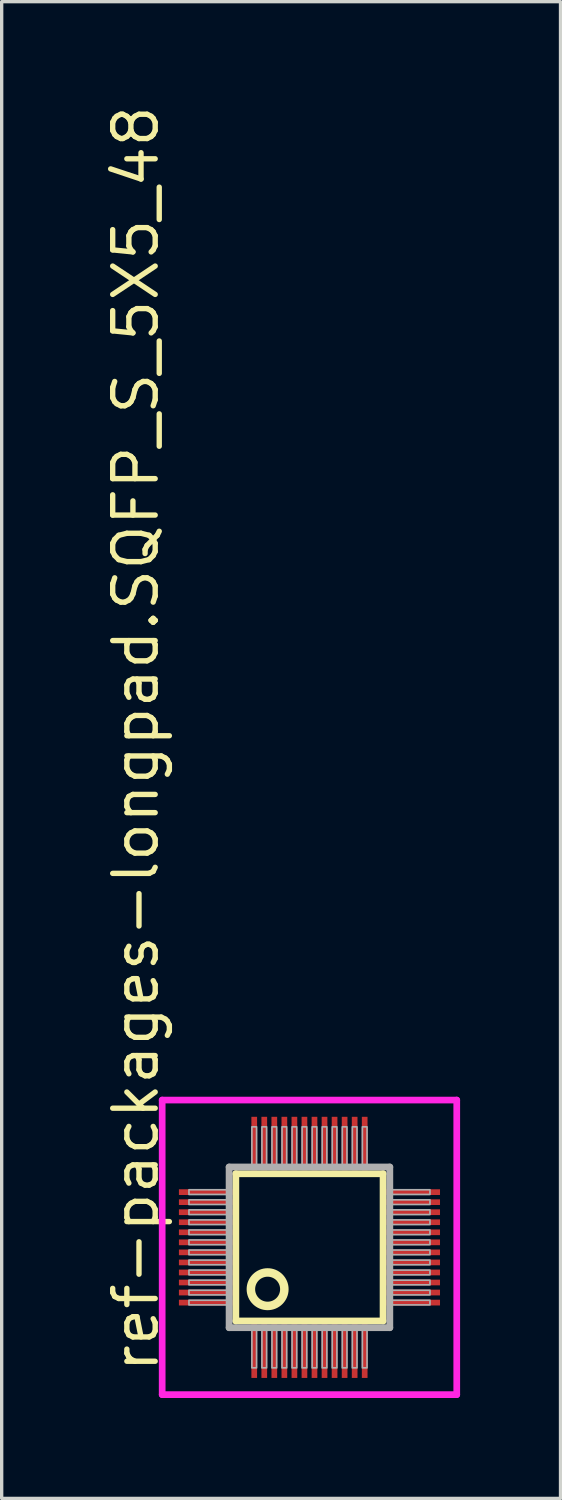
<source format=kicad_pcb>
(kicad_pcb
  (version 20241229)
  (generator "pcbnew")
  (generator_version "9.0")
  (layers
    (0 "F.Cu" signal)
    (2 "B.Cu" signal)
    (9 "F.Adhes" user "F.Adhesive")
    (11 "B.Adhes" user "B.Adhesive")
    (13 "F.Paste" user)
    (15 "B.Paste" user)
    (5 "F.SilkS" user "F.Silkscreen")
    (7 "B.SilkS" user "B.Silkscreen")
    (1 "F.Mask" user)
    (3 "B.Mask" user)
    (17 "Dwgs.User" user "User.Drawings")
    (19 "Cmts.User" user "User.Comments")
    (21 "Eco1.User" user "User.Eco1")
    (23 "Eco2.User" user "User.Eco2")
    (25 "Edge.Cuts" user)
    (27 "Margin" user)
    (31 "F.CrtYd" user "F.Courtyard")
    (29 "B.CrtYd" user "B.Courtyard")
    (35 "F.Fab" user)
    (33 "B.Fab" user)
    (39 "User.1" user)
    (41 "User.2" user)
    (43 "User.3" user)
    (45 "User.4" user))
  (footprint "ref-packages-longpad.SQFP_S_5X5_48"
    (layer "F.Cu")
    (at 6.195 34.214)
    (property "Reference" "ref-packages-longpad.SQFP_S_5X5_48" (at -4.445 3.81 90) (layer "F.SilkS") (effects (font (size 1.27 1.27) (thickness 0.16)) (justify left bottom)))
    (attr smd)
    (fp_line (start -2.2 -2.2) (end 2.2 -2.2) (stroke (width 0.203) (type default)) (layer "F.SilkS"))
    (fp_line (start -2.2 2.2) (end -2.2 -2.2) (stroke (width 0.203) (type default)) (layer "F.SilkS"))
    (fp_line (start 2.2 -2.2) (end 2.2 2.2) (stroke (width 0.203) (type default)) (layer "F.SilkS"))
    (fp_line (start 2.2 2.2) (end -2.2 2.2) (stroke (width 0.203) (type default)) (layer "F.SilkS"))
    (fp_circle (center -1.25 1.25) (end -0.75 1.25) (stroke (width 0.254) (type default)) (fill no) (layer "F.SilkS"))
    (fp_line (start -4.4 -4.4) (end 4.4 -4.4) (stroke (width 0.2) (type default)) (layer "F.CrtYd"))
    (fp_line (start -4.4 4.4) (end -4.4 -4.4) (stroke (width 0.2) (type default)) (layer "F.CrtYd"))
    (fp_line (start 4.4 -4.4) (end 4.4 4.4) (stroke (width 0.2) (type default)) (layer "F.CrtYd"))
    (fp_line (start 4.4 4.4) (end -4.4 4.4) (stroke (width 0.2) (type default)) (layer "F.CrtYd"))
    (fp_line (start -2.4 -2.4) (end -2.4 2.4) (stroke (width 0.203) (type default)) (layer "F.Fab"))
    (fp_line (start -2.4 2.4) (end 2.4 2.4) (stroke (width 0.203) (type default)) (layer "F.Fab"))
    (fp_line (start 2.4 -2.4) (end -2.4 -2.4) (stroke (width 0.203) (type default)) (layer "F.Fab"))
    (fp_line (start 2.4 2.4) (end 2.4 -2.4) (stroke (width 0.203) (type default)) (layer "F.Fab"))
    (fp_rect (start -3.6 -1.58) (end -2.45 -1.72) (stroke (width 0.05) (type default)) (fill no) (layer "F.Fab"))
    (fp_rect (start -3.6 -1.28) (end -2.45 -1.42) (stroke (width 0.05) (type default)) (fill no) (layer "F.Fab"))
    (fp_rect (start -3.6 -0.98) (end -2.45 -1.12) (stroke (width 0.05) (type default)) (fill no) (layer "F.Fab"))
    (fp_rect (start -3.6 -0.68) (end -2.45 -0.82) (stroke (width 0.05) (type default)) (fill no) (layer "F.Fab"))
    (fp_rect (start -3.6 -0.38) (end -2.45 -0.52) (stroke (width 0.05) (type default)) (fill no) (layer "F.Fab"))
    (fp_rect (start -3.6 -0.08) (end -2.45 -0.22) (stroke (width 0.05) (type default)) (fill no) (layer "F.Fab"))
    (fp_rect (start -3.6 0.22) (end -2.45 0.08) (stroke (width 0.05) (type default)) (fill no) (layer "F.Fab"))
    (fp_rect (start -3.6 0.52) (end -2.45 0.38) (stroke (width 0.05) (type default)) (fill no) (layer "F.Fab"))
    (fp_rect (start -3.6 0.82) (end -2.45 0.68) (stroke (width 0.05) (type default)) (fill no) (layer "F.Fab"))
    (fp_rect (start -3.6 1.12) (end -2.45 0.98) (stroke (width 0.05) (type default)) (fill no) (layer "F.Fab"))
    (fp_rect (start -3.6 1.42) (end -2.45 1.28) (stroke (width 0.05) (type default)) (fill no) (layer "F.Fab"))
    (fp_rect (start -3.6 1.72) (end -2.45 1.58) (stroke (width 0.05) (type default)) (fill no) (layer "F.Fab"))
    (fp_rect (start -1.72 -2.45) (end -1.58 -3.6) (stroke (width 0.05) (type default)) (fill no) (layer "F.Fab"))
    (fp_rect (start -1.72 3.6) (end -1.58 2.45) (stroke (width 0.05) (type default)) (fill no) (layer "F.Fab"))
    (fp_rect (start -1.42 -2.45) (end -1.28 -3.6) (stroke (width 0.05) (type default)) (fill no) (layer "F.Fab"))
    (fp_rect (start -1.42 3.6) (end -1.28 2.45) (stroke (width 0.05) (type default)) (fill no) (layer "F.Fab"))
    (fp_rect (start -1.12 -2.45) (end -0.98 -3.6) (stroke (width 0.05) (type default)) (fill no) (layer "F.Fab"))
    (fp_rect (start -1.12 3.6) (end -0.98 2.45) (stroke (width 0.05) (type default)) (fill no) (layer "F.Fab"))
    (fp_rect (start -0.82 -2.45) (end -0.68 -3.6) (stroke (width 0.05) (type default)) (fill no) (layer "F.Fab"))
    (fp_rect (start -0.82 3.6) (end -0.68 2.45) (stroke (width 0.05) (type default)) (fill no) (layer "F.Fab"))
    (fp_rect (start -0.52 -2.45) (end -0.38 -3.6) (stroke (width 0.05) (type default)) (fill no) (layer "F.Fab"))
    (fp_rect (start -0.52 3.6) (end -0.38 2.45) (stroke (width 0.05) (type default)) (fill no) (layer "F.Fab"))
    (fp_rect (start -0.22 -2.45) (end -0.08 -3.6) (stroke (width 0.05) (type default)) (fill no) (layer "F.Fab"))
    (fp_rect (start -0.22 3.6) (end -0.08 2.45) (stroke (width 0.05) (type default)) (fill no) (layer "F.Fab"))
    (fp_rect (start 0.08 -2.45) (end 0.22 -3.6) (stroke (width 0.05) (type default)) (fill no) (layer "F.Fab"))
    (fp_rect (start 0.08 3.6) (end 0.22 2.45) (stroke (width 0.05) (type default)) (fill no) (layer "F.Fab"))
    (fp_rect (start 0.38 -2.45) (end 0.52 -3.6) (stroke (width 0.05) (type default)) (fill no) (layer "F.Fab"))
    (fp_rect (start 0.38 3.6) (end 0.52 2.45) (stroke (width 0.05) (type default)) (fill no) (layer "F.Fab"))
    (fp_rect (start 0.68 -2.45) (end 0.82 -3.6) (stroke (width 0.05) (type default)) (fill no) (layer "F.Fab"))
    (fp_rect (start 0.68 3.6) (end 0.82 2.45) (stroke (width 0.05) (type default)) (fill no) (layer "F.Fab"))
    (fp_rect (start 0.98 -2.45) (end 1.12 -3.6) (stroke (width 0.05) (type default)) (fill no) (layer "F.Fab"))
    (fp_rect (start 0.98 3.6) (end 1.12 2.45) (stroke (width 0.05) (type default)) (fill no) (layer "F.Fab"))
    (fp_rect (start 1.28 -2.45) (end 1.42 -3.6) (stroke (width 0.05) (type default)) (fill no) (layer "F.Fab"))
    (fp_rect (start 1.28 3.6) (end 1.42 2.45) (stroke (width 0.05) (type default)) (fill no) (layer "F.Fab"))
    (fp_rect (start 1.58 -2.45) (end 1.72 -3.6) (stroke (width 0.05) (type default)) (fill no) (layer "F.Fab"))
    (fp_rect (start 1.58 3.6) (end 1.72 2.45) (stroke (width 0.05) (type default)) (fill no) (layer "F.Fab"))
    (fp_rect (start 2.45 -1.58) (end 3.6 -1.72) (stroke (width 0.05) (type default)) (fill no) (layer "F.Fab"))
    (fp_rect (start 2.45 -1.28) (end 3.6 -1.42) (stroke (width 0.05) (type default)) (fill no) (layer "F.Fab"))
    (fp_rect (start 2.45 -0.98) (end 3.6 -1.12) (stroke (width 0.05) (type default)) (fill no) (layer "F.Fab"))
    (fp_rect (start 2.45 -0.68) (end 3.6 -0.82) (stroke (width 0.05) (type default)) (fill no) (layer "F.Fab"))
    (fp_rect (start 2.45 -0.38) (end 3.6 -0.52) (stroke (width 0.05) (type default)) (fill no) (layer "F.Fab"))
    (fp_rect (start 2.45 -0.08) (end 3.6 -0.22) (stroke (width 0.05) (type default)) (fill no) (layer "F.Fab"))
    (fp_rect (start 2.45 0.22) (end 3.6 0.08) (stroke (width 0.05) (type default)) (fill no) (layer "F.Fab"))
    (fp_rect (start 2.45 0.52) (end 3.6 0.38) (stroke (width 0.05) (type default)) (fill no) (layer "F.Fab"))
    (fp_rect (start 2.45 0.82) (end 3.6 0.68) (stroke (width 0.05) (type default)) (fill no) (layer "F.Fab"))
    (fp_rect (start 2.45 1.12) (end 3.6 0.98) (stroke (width 0.05) (type default)) (fill no) (layer "F.Fab"))
    (fp_rect (start 2.45 1.42) (end 3.6 1.28) (stroke (width 0.05) (type default)) (fill no) (layer "F.Fab"))
    (fp_rect (start 2.45 1.72) (end 3.6 1.58) (stroke (width 0.05) (type default)) (fill no) (layer "F.Fab"))
    (pad "1" smd roundrect (at -1.65 3.1) (size 0.17 1.6) (layers "F.Cu" "F.Mask" "F.Paste") (roundrect_rratio 0.01))
    (pad "2" smd roundrect (at -1.35 3.1) (size 0.17 1.6) (layers "F.Cu" "F.Mask" "F.Paste") (roundrect_rratio 0.01))
    (pad "3" smd roundrect (at -1.05 3.1) (size 0.17 1.6) (layers "F.Cu" "F.Mask" "F.Paste") (roundrect_rratio 0.01))
    (pad "4" smd roundrect (at -0.75 3.1) (size 0.17 1.6) (layers "F.Cu" "F.Mask" "F.Paste") (roundrect_rratio 0.01))
    (pad "5" smd roundrect (at -0.45 3.1) (size 0.17 1.6) (layers "F.Cu" "F.Mask" "F.Paste") (roundrect_rratio 0.01))
    (pad "6" smd roundrect (at -0.15 3.1) (size 0.17 1.6) (layers "F.Cu" "F.Mask" "F.Paste") (roundrect_rratio 0.01))
    (pad "7" smd roundrect (at 0.15 3.1) (size 0.17 1.6) (layers "F.Cu" "F.Mask" "F.Paste") (roundrect_rratio 0.01))
    (pad "8" smd roundrect (at 0.45 3.1) (size 0.17 1.6) (layers "F.Cu" "F.Mask" "F.Paste") (roundrect_rratio 0.01))
    (pad "9" smd roundrect (at 0.75 3.1) (size 0.17 1.6) (layers "F.Cu" "F.Mask" "F.Paste") (roundrect_rratio 0.01))
    (pad "10" smd roundrect (at 1.05 3.1) (size 0.17 1.6) (layers "F.Cu" "F.Mask" "F.Paste") (roundrect_rratio 0.01))
    (pad "11" smd roundrect (at 1.35 3.1) (size 0.17 1.6) (layers "F.Cu" "F.Mask" "F.Paste") (roundrect_rratio 0.01))
    (pad "12" smd roundrect (at 1.65 3.1) (size 0.17 1.6) (layers "F.Cu" "F.Mask" "F.Paste") (roundrect_rratio 0.01))
    (pad "13" smd roundrect (at 3.1 1.65) (size 1.6 0.17) (layers "F.Cu" "F.Mask" "F.Paste") (roundrect_rratio 0.01))
    (pad "14" smd roundrect (at 3.1 1.35) (size 1.6 0.17) (layers "F.Cu" "F.Mask" "F.Paste") (roundrect_rratio 0.01))
    (pad "15" smd roundrect (at 3.1 1.05) (size 1.6 0.17) (layers "F.Cu" "F.Mask" "F.Paste") (roundrect_rratio 0.01))
    (pad "16" smd roundrect (at 3.1 0.75) (size 1.6 0.17) (layers "F.Cu" "F.Mask" "F.Paste") (roundrect_rratio 0.01))
    (pad "17" smd roundrect (at 3.1 0.45) (size 1.6 0.17) (layers "F.Cu" "F.Mask" "F.Paste") (roundrect_rratio 0.01))
    (pad "18" smd roundrect (at 3.1 0.15) (size 1.6 0.17) (layers "F.Cu" "F.Mask" "F.Paste") (roundrect_rratio 0.01))
    (pad "19" smd roundrect (at 3.1 -0.15) (size 1.6 0.17) (layers "F.Cu" "F.Mask" "F.Paste") (roundrect_rratio 0.01))
    (pad "20" smd roundrect (at 3.1 -0.45) (size 1.6 0.17) (layers "F.Cu" "F.Mask" "F.Paste") (roundrect_rratio 0.01))
    (pad "21" smd roundrect (at 3.1 -0.75) (size 1.6 0.17) (layers "F.Cu" "F.Mask" "F.Paste") (roundrect_rratio 0.01))
    (pad "22" smd roundrect (at 3.1 -1.05) (size 1.6 0.17) (layers "F.Cu" "F.Mask" "F.Paste") (roundrect_rratio 0.01))
    (pad "23" smd roundrect (at 3.1 -1.35) (size 1.6 0.17) (layers "F.Cu" "F.Mask" "F.Paste") (roundrect_rratio 0.01))
    (pad "24" smd roundrect (at 3.1 -1.65) (size 1.6 0.17) (layers "F.Cu" "F.Mask" "F.Paste") (roundrect_rratio 0.01))
    (pad "25" smd roundrect (at 1.65 -3.1) (size 0.17 1.6) (layers "F.Cu" "F.Mask" "F.Paste") (roundrect_rratio 0.01))
    (pad "26" smd roundrect (at 1.35 -3.1) (size 0.17 1.6) (layers "F.Cu" "F.Mask" "F.Paste") (roundrect_rratio 0.01))
    (pad "27" smd roundrect (at 1.05 -3.1) (size 0.17 1.6) (layers "F.Cu" "F.Mask" "F.Paste") (roundrect_rratio 0.01))
    (pad "28" smd roundrect (at 0.75 -3.1) (size 0.17 1.6) (layers "F.Cu" "F.Mask" "F.Paste") (roundrect_rratio 0.01))
    (pad "29" smd roundrect (at 0.45 -3.1) (size 0.17 1.6) (layers "F.Cu" "F.Mask" "F.Paste") (roundrect_rratio 0.01))
    (pad "30" smd roundrect (at 0.15 -3.1) (size 0.17 1.6) (layers "F.Cu" "F.Mask" "F.Paste") (roundrect_rratio 0.01))
    (pad "31" smd roundrect (at -0.15 -3.1) (size 0.17 1.6) (layers "F.Cu" "F.Mask" "F.Paste") (roundrect_rratio 0.01))
    (pad "32" smd roundrect (at -0.45 -3.1) (size 0.17 1.6) (layers "F.Cu" "F.Mask" "F.Paste") (roundrect_rratio 0.01))
    (pad "33" smd roundrect (at -0.75 -3.1) (size 0.17 1.6) (layers "F.Cu" "F.Mask" "F.Paste") (roundrect_rratio 0.01))
    (pad "34" smd roundrect (at -1.05 -3.1) (size 0.17 1.6) (layers "F.Cu" "F.Mask" "F.Paste") (roundrect_rratio 0.01))
    (pad "35" smd roundrect (at -1.35 -3.1) (size 0.17 1.6) (layers "F.Cu" "F.Mask" "F.Paste") (roundrect_rratio 0.01))
    (pad "36" smd roundrect (at -1.65 -3.1) (size 0.17 1.6) (layers "F.Cu" "F.Mask" "F.Paste") (roundrect_rratio 0.01))
    (pad "37" smd roundrect (at -3.1 -1.65) (size 1.6 0.17) (layers "F.Cu" "F.Mask" "F.Paste") (roundrect_rratio 0.01))
    (pad "38" smd roundrect (at -3.1 -1.35) (size 1.6 0.17) (layers "F.Cu" "F.Mask" "F.Paste") (roundrect_rratio 0.01))
    (pad "39" smd roundrect (at -3.1 -1.05) (size 1.6 0.17) (layers "F.Cu" "F.Mask" "F.Paste") (roundrect_rratio 0.01))
    (pad "40" smd roundrect (at -3.1 -0.75) (size 1.6 0.17) (layers "F.Cu" "F.Mask" "F.Paste") (roundrect_rratio 0.01))
    (pad "41" smd roundrect (at -3.1 -0.45) (size 1.6 0.17) (layers "F.Cu" "F.Mask" "F.Paste") (roundrect_rratio 0.01))
    (pad "42" smd roundrect (at -3.1 -0.15) (size 1.6 0.17) (layers "F.Cu" "F.Mask" "F.Paste") (roundrect_rratio 0.01))
    (pad "43" smd roundrect (at -3.1 0.15) (size 1.6 0.17) (layers "F.Cu" "F.Mask" "F.Paste") (roundrect_rratio 0.01))
    (pad "44" smd roundrect (at -3.1 0.45) (size 1.6 0.17) (layers "F.Cu" "F.Mask" "F.Paste") (roundrect_rratio 0.01))
    (pad "45" smd roundrect (at -3.1 0.75) (size 1.6 0.17) (layers "F.Cu" "F.Mask" "F.Paste") (roundrect_rratio 0.01))
    (pad "46" smd roundrect (at -3.1 1.05) (size 1.6 0.17) (layers "F.Cu" "F.Mask" "F.Paste") (roundrect_rratio 0.01))
    (pad "47" smd roundrect (at -3.1 1.35) (size 1.6 0.17) (layers "F.Cu" "F.Mask" "F.Paste") (roundrect_rratio 0.01))
    (pad "48" smd roundrect (at -3.1 1.65) (size 1.6 0.17) (layers "F.Cu" "F.Mask" "F.Paste") (roundrect_rratio 0.01)))
  (gr_rect
    (start -3 -3)
    (end 13.695 41.714)
    (stroke (width 0.1) (type default))
    (fill no)
    (layer "Edge.Cuts")))
</source>
